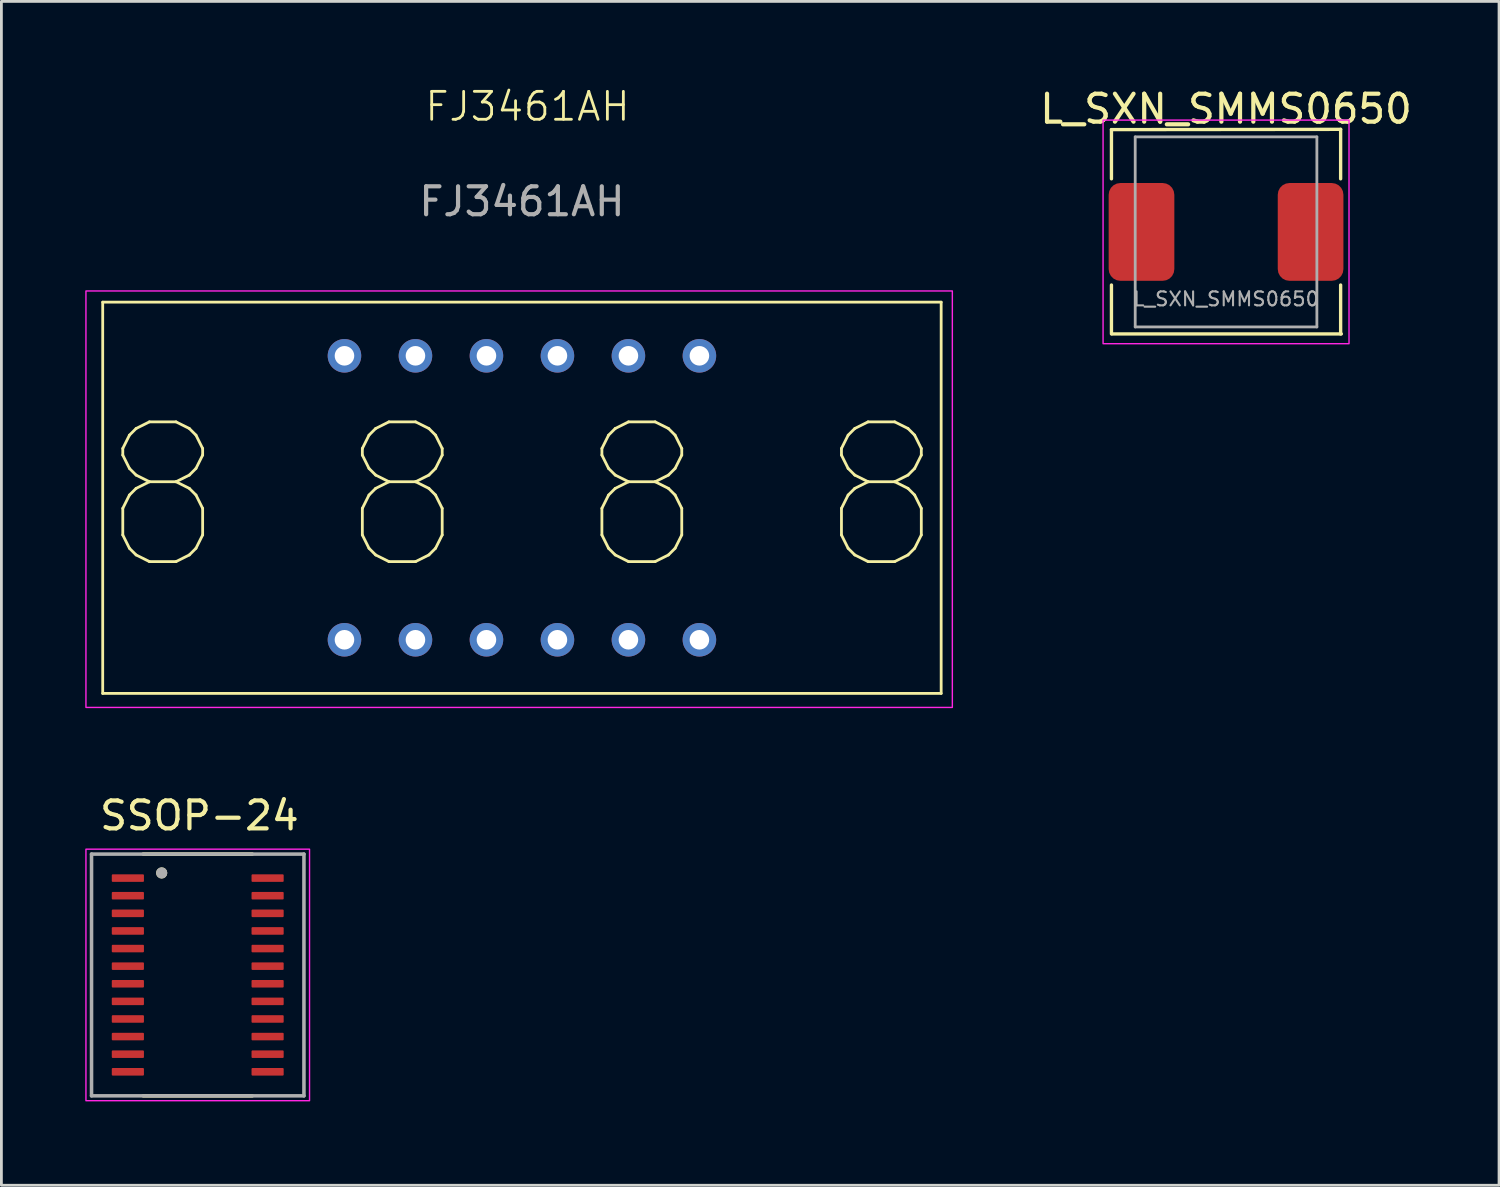
<source format=kicad_pcb>
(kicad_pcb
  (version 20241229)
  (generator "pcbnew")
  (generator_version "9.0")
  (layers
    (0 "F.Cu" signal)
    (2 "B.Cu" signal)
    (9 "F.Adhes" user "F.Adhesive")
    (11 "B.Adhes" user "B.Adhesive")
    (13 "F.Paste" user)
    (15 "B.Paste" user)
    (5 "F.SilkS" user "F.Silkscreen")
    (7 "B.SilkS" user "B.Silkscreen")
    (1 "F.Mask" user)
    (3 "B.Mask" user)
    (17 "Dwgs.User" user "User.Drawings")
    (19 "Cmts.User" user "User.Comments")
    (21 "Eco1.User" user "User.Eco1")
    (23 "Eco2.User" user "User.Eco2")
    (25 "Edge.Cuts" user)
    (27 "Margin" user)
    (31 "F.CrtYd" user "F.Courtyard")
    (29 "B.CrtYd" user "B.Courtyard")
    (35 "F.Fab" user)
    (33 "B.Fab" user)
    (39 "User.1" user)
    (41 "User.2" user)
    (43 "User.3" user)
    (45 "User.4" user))
  (footprint "SSOP-24"
    (layer "F.Cu")
    (at 4.025 31.834)
    (property "Reference" "SSOP-24" (at 0.06 -5.7 0) (layer "F.SilkS") (effects (font (size 1 1) (thickness 0.15))))
    (attr smd)
    (fp_line (start -1.95 -4.325) (end 1.95 -4.325) (stroke (width 0.127) (type solid)) (layer "F.SilkS"))
    (fp_line (start -1.95 4.325) (end 1.95 4.325) (stroke (width 0.127) (type solid)) (layer "F.SilkS"))
    (fp_circle (center -1.29 -3.65) (end -1.19 -3.65) (stroke (width 0.2) (type solid)) (fill no) (layer "F.SilkS"))
    (fp_rect (start -4 -4.5) (end 4 4.5) (stroke (width 0.05) (type default)) (fill no) (layer "F.CrtYd"))
    (fp_line (start -3.8 -4.325) (end -3.8 4.325) (stroke (width 0.127) (type solid)) (layer "F.Fab"))
    (fp_line (start -3.8 -4.325) (end 3.8 -4.325) (stroke (width 0.127) (type solid)) (layer "F.Fab"))
    (fp_line (start -3.8 4.325) (end 3.8 4.325) (stroke (width 0.127) (type solid)) (layer "F.Fab"))
    (fp_line (start 3.8 -4.325) (end 3.8 4.325) (stroke (width 0.127) (type solid)) (layer "F.Fab"))
    (fp_circle (center -1.29 -3.65) (end -1.19 -3.65) (stroke (width 0.2) (type solid)) (fill no) (layer "F.Fab"))
    (pad "1" smd roundrect (at -2.5 -3.465) (size 1.15 0.27) (layers "F.Cu" "F.Mask" "F.Paste") (roundrect_rratio 0.125))
    (pad "2" smd roundrect (at -2.5 -2.835) (size 1.15 0.27) (layers "F.Cu" "F.Mask" "F.Paste") (roundrect_rratio 0.125))
    (pad "3" smd roundrect (at -2.5 -2.205) (size 1.15 0.27) (layers "F.Cu" "F.Mask" "F.Paste") (roundrect_rratio 0.125))
    (pad "4" smd roundrect (at -2.5 -1.575) (size 1.15 0.27) (layers "F.Cu" "F.Mask" "F.Paste") (roundrect_rratio 0.125))
    (pad "5" smd roundrect (at -2.5 -0.945) (size 1.15 0.27) (layers "F.Cu" "F.Mask" "F.Paste") (roundrect_rratio 0.125))
    (pad "6" smd roundrect (at -2.5 -0.315) (size 1.15 0.27) (layers "F.Cu" "F.Mask" "F.Paste") (roundrect_rratio 0.125))
    (pad "7" smd roundrect (at -2.5 0.315) (size 1.15 0.27) (layers "F.Cu" "F.Mask" "F.Paste") (roundrect_rratio 0.125))
    (pad "8" smd roundrect (at -2.5 0.945) (size 1.15 0.27) (layers "F.Cu" "F.Mask" "F.Paste") (roundrect_rratio 0.125))
    (pad "9" smd roundrect (at -2.5 1.575) (size 1.15 0.27) (layers "F.Cu" "F.Mask" "F.Paste") (roundrect_rratio 0.125))
    (pad "10" smd roundrect (at -2.5 2.205) (size 1.15 0.27) (layers "F.Cu" "F.Mask" "F.Paste") (roundrect_rratio 0.125))
    (pad "11" smd roundrect (at -2.5 2.835) (size 1.15 0.27) (layers "F.Cu" "F.Mask" "F.Paste") (roundrect_rratio 0.125))
    (pad "12" smd roundrect (at -2.5 3.465) (size 1.15 0.27) (layers "F.Cu" "F.Mask" "F.Paste") (roundrect_rratio 0.125))
    (pad "13" smd roundrect (at 2.5 3.465) (size 1.15 0.27) (layers "F.Cu" "F.Mask" "F.Paste") (roundrect_rratio 0.125))
    (pad "14" smd roundrect (at 2.5 2.835) (size 1.15 0.27) (layers "F.Cu" "F.Mask" "F.Paste") (roundrect_rratio 0.125))
    (pad "15" smd roundrect (at 2.5 2.205) (size 1.15 0.27) (layers "F.Cu" "F.Mask" "F.Paste") (roundrect_rratio 0.125))
    (pad "16" smd roundrect (at 2.5 1.575) (size 1.15 0.27) (layers "F.Cu" "F.Mask" "F.Paste") (roundrect_rratio 0.125))
    (pad "17" smd roundrect (at 2.5 0.945) (size 1.15 0.27) (layers "F.Cu" "F.Mask" "F.Paste") (roundrect_rratio 0.125))
    (pad "18" smd roundrect (at 2.5 0.315) (size 1.15 0.27) (layers "F.Cu" "F.Mask" "F.Paste") (roundrect_rratio 0.125))
    (pad "19" smd roundrect (at 2.5 -0.315) (size 1.15 0.27) (layers "F.Cu" "F.Mask" "F.Paste") (roundrect_rratio 0.125))
    (pad "20" smd roundrect (at 2.5 -0.945) (size 1.15 0.27) (layers "F.Cu" "F.Mask" "F.Paste") (roundrect_rratio 0.125))
    (pad "21" smd roundrect (at 2.5 -1.575) (size 1.15 0.27) (layers "F.Cu" "F.Mask" "F.Paste") (roundrect_rratio 0.125))
    (pad "22" smd roundrect (at 2.5 -2.205) (size 1.15 0.27) (layers "F.Cu" "F.Mask" "F.Paste") (roundrect_rratio 0.125))
    (pad "23" smd roundrect (at 2.5 -2.835) (size 1.15 0.27) (layers "F.Cu" "F.Mask" "F.Paste") (roundrect_rratio 0.125))
    (pad "24" smd roundrect (at 2.5 -3.465) (size 1.15 0.27) (layers "F.Cu" "F.Mask" "F.Paste") (roundrect_rratio 0.125)))
  (footprint "FJ3461AH"
    (layer "F.Cu")
    (at 15.625 14.761)
    (property "Reference" "FJ3461AH" (at 0.2 -14 0) (unlocked yes) (layer "F.SilkS") (effects (font (size 1 1) (thickness 0.1))))
    (attr through_hole)
    (fp_line (start -15 -7) (end -15 7) (stroke (width 0.1) (type default)) (layer "F.SilkS"))
    (fp_line (start -15 7) (end 15 7) (stroke (width 0.1) (type default)) (layer "F.SilkS"))
    (fp_line (start 15 -7) (end -15 -7) (stroke (width 0.1) (type default)) (layer "F.SilkS"))
    (fp_line (start 15 7) (end 15 -7) (stroke (width 0.1) (type default)) (layer "F.SilkS"))
    (fp_rect (start -15.6 -7.4) (end 15.4 7.5) (stroke (width 0.05) (type default)) (fill no) (layer "F.CrtYd"))
    (fp_text user "8 8 8 8" (at -15.3 2.9 0) (unlocked yes) (layer "F.SilkS") (effects (font (size 5 5) (thickness 0.1)) (justify left bottom)))
    (fp_text user "${REFERENCE}" (at 0 -10.6 0) (unlocked yes) (layer "F.Fab") (effects (font (size 1 1) (thickness 0.15))))
    (pad "1" thru_hole circle (at -6.35 5.08) (size 1.2 1.2) (drill 0.7) (layers "*.Cu" "*.Mask"))
    (pad "2" thru_hole circle (at -3.81 5.08) (size 1.2 1.2) (drill 0.7) (layers "*.Cu" "*.Mask"))
    (pad "3" thru_hole circle (at -1.27 5.08) (size 1.2 1.2) (drill 0.7) (layers "*.Cu" "*.Mask"))
    (pad "4" thru_hole circle (at 1.27 5.08) (size 1.2 1.2) (drill 0.7) (layers "*.Cu" "*.Mask"))
    (pad "5" thru_hole circle (at 3.81 5.08) (size 1.2 1.2) (drill 0.7) (layers "*.Cu" "*.Mask"))
    (pad "6" thru_hole circle (at 6.35 5.08) (size 1.2 1.2) (drill 0.7) (layers "*.Cu" "*.Mask"))
    (pad "7" thru_hole circle (at 6.35 -5.08) (size 1.2 1.2) (drill 0.7) (layers "*.Cu" "*.Mask"))
    (pad "8" thru_hole circle (at 3.81 -5.08) (size 1.2 1.2) (drill 0.7) (layers "*.Cu" "*.Mask"))
    (pad "9" thru_hole circle (at 1.27 -5.08) (size 1.2 1.2) (drill 0.7) (layers "*.Cu" "*.Mask"))
    (pad "10" thru_hole circle (at -1.27 -5.08) (size 1.2 1.2) (drill 0.7) (layers "*.Cu" "*.Mask"))
    (pad "11" thru_hole circle (at -3.81 -5.08) (size 1.2 1.2) (drill 0.7) (layers "*.Cu" "*.Mask"))
    (pad "12" thru_hole circle (at -6.35 -5.08) (size 1.2 1.2) (drill 0.7) (layers "*.Cu" "*.Mask")))
  (footprint "L_SXN_SMMS0650"
    (layer "F.Cu")
    (at 40.818 5.248)
    (property "Reference" "L_SXN_SMMS0650" (at 0 -4.4 0) (layer "F.SilkS") (effects (font (size 1 1) (thickness 0.15))))
    (attr smd)
    (fp_line (start -4.1 -3.66) (end -4.1 -1.9) (stroke (width 0.12) (type solid)) (layer "F.SilkS"))
    (fp_line (start -4.1 -3.66) (end 4.1 -3.67) (stroke (width 0.12) (type solid)) (layer "F.SilkS"))
    (fp_line (start -4.1 3.65) (end -4.1 1.9) (stroke (width 0.12) (type solid)) (layer "F.SilkS"))
    (fp_line (start -4.075 3.65) (end 4.125 3.65) (stroke (width 0.12) (type solid)) (layer "F.SilkS"))
    (fp_line (start 4.1 -3.67) (end 4.1 -1.9) (stroke (width 0.12) (type solid)) (layer "F.SilkS"))
    (fp_line (start 4.1 3.65) (end 4.1 1.9) (stroke (width 0.12) (type solid)) (layer "F.SilkS"))
    (fp_rect (start -4.4 -4) (end 4.4 4) (stroke (width 0.05) (type default)) (fill no) (layer "F.CrtYd"))
    (fp_line (start -3.25 -3.4) (end -3.25 3.4) (stroke (width 0.1) (type solid)) (layer "F.Fab"))
    (fp_line (start -3.25 3.4) (end 3.25 3.4) (stroke (width 0.1) (type solid)) (layer "F.Fab"))
    (fp_line (start 3.25 -3.4) (end -3.25 -3.4) (stroke (width 0.1) (type solid)) (layer "F.Fab"))
    (fp_line (start 3.25 3.4) (end 3.25 -3.4) (stroke (width 0.1) (type solid)) (layer "F.Fab"))
    (fp_text user "${REFERENCE}" (at 0 2.4 0) (layer "F.Fab") (effects (font (size 0.5 0.5) (thickness 0.075))))
    (pad "1" smd roundrect (at -3.025 0) (size 2.35 3.5) (layers "F.Cu" "F.Mask" "F.Paste") (roundrect_rratio 0.179))
    (pad "2" smd roundrect (at 3.025 0) (size 2.35 3.5) (layers "F.Cu" "F.Mask" "F.Paste") (roundrect_rratio 0.179)))
  (gr_rect
    (start -3 -3)
    (end 50.586 39.359)
    (stroke (width 0.1) (type default))
    (fill no)
    (layer "Edge.Cuts")))
</source>
